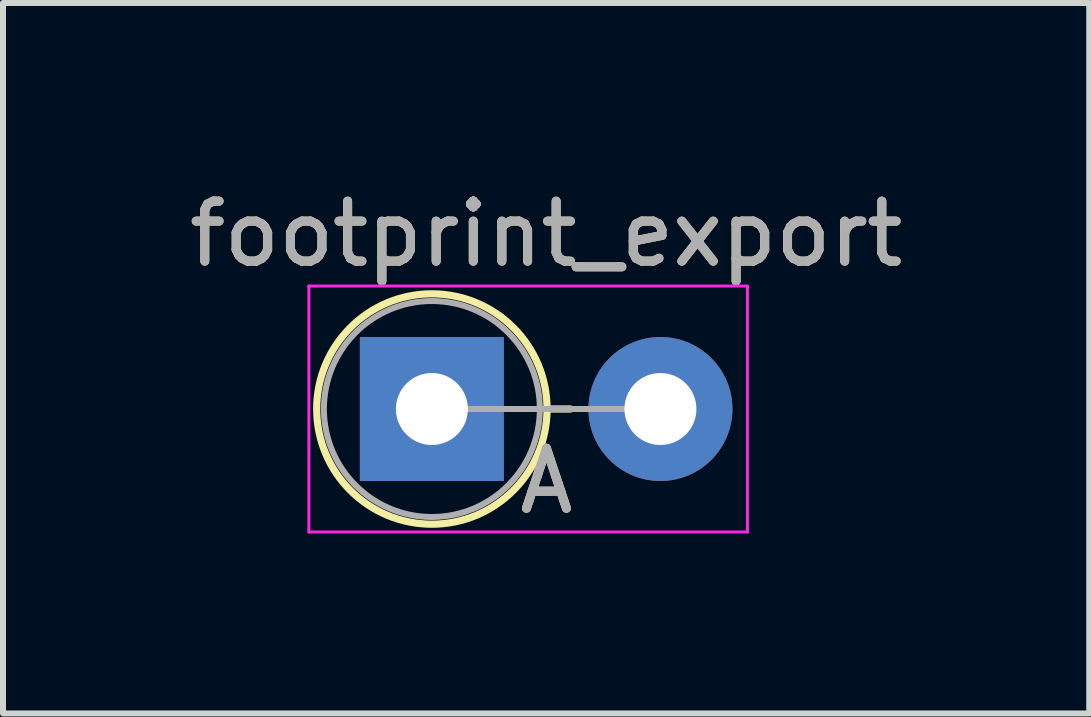
<source format=kicad_pcb>
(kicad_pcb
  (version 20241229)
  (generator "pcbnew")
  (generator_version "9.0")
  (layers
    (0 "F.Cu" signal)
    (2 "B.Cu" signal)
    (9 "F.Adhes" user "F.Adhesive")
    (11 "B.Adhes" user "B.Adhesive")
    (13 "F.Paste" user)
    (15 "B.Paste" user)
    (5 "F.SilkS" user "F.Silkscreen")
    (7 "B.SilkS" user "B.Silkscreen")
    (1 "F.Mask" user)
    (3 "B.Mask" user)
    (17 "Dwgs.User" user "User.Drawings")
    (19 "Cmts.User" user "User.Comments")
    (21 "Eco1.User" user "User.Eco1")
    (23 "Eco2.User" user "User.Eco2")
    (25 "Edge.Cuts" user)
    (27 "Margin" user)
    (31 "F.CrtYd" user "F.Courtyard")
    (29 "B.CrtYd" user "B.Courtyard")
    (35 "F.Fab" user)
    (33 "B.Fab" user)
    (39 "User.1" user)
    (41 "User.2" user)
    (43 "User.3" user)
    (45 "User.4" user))
  (footprint "footprint_export"
    (layer "F.Cu")
    (at 4.149 3.768)
    (property "Reference" "footprint_export" (at 1.905 -2.92 0) (layer "F.SilkS") (effects (font (size 1 1) (thickness 0.15))))
    (attr through_hole)
    (fp_line (start 1.92 0) (end 2.31 0) (stroke (width 0.12) (type solid)) (layer "F.SilkS"))
    (fp_circle (center 0 0) (end 1.92 0) (stroke (width 0.12) (type solid)) (fill no) (layer "F.SilkS"))
    (fp_line (start -2.05 -2.05) (end -2.05 2.05) (stroke (width 0.05) (type solid)) (layer "F.CrtYd"))
    (fp_line (start -2.05 2.05) (end 5.26 2.05) (stroke (width 0.05) (type solid)) (layer "F.CrtYd"))
    (fp_line (start 5.26 -2.05) (end -2.05 -2.05) (stroke (width 0.05) (type solid)) (layer "F.CrtYd"))
    (fp_line (start 5.26 2.05) (end 5.26 -2.05) (stroke (width 0.05) (type solid)) (layer "F.CrtYd"))
    (fp_line (start 0 0) (end 3.81 0) (stroke (width 0.1) (type solid)) (layer "F.Fab"))
    (fp_circle (center 0 0) (end 1.8 0) (stroke (width 0.1) (type solid)) (fill no) (layer "F.Fab"))
    (fp_text user "A" (at 1.91 1.2 0) (layer "F.SilkS") (effects (font (size 1 1) (thickness 0.15))))
    (fp_text user "A" (at 1.91 1.2 0) (layer "F.Fab") (effects (font (size 1 1) (thickness 0.15))))
    (fp_text user "${REFERENCE}" (at 1.905 -2.92 0) (layer "F.Fab") (effects (font (size 1 1) (thickness 0.15))))
    (pad "1" thru_hole rect (at 0 0) (size 2.4 2.4) (drill 1.2) (layers "*.Cu" "*.Mask"))
    (pad "2" thru_hole oval (at 3.81 0) (size 2.4 2.4) (drill 1.2) (layers "*.Cu" "*.Mask")))
  (gr_rect
    (start -3 -3)
    (end 15.107 8.843)
    (stroke (width 0.1) (type default))
    (fill no)
    (layer "Edge.Cuts")))
</source>
